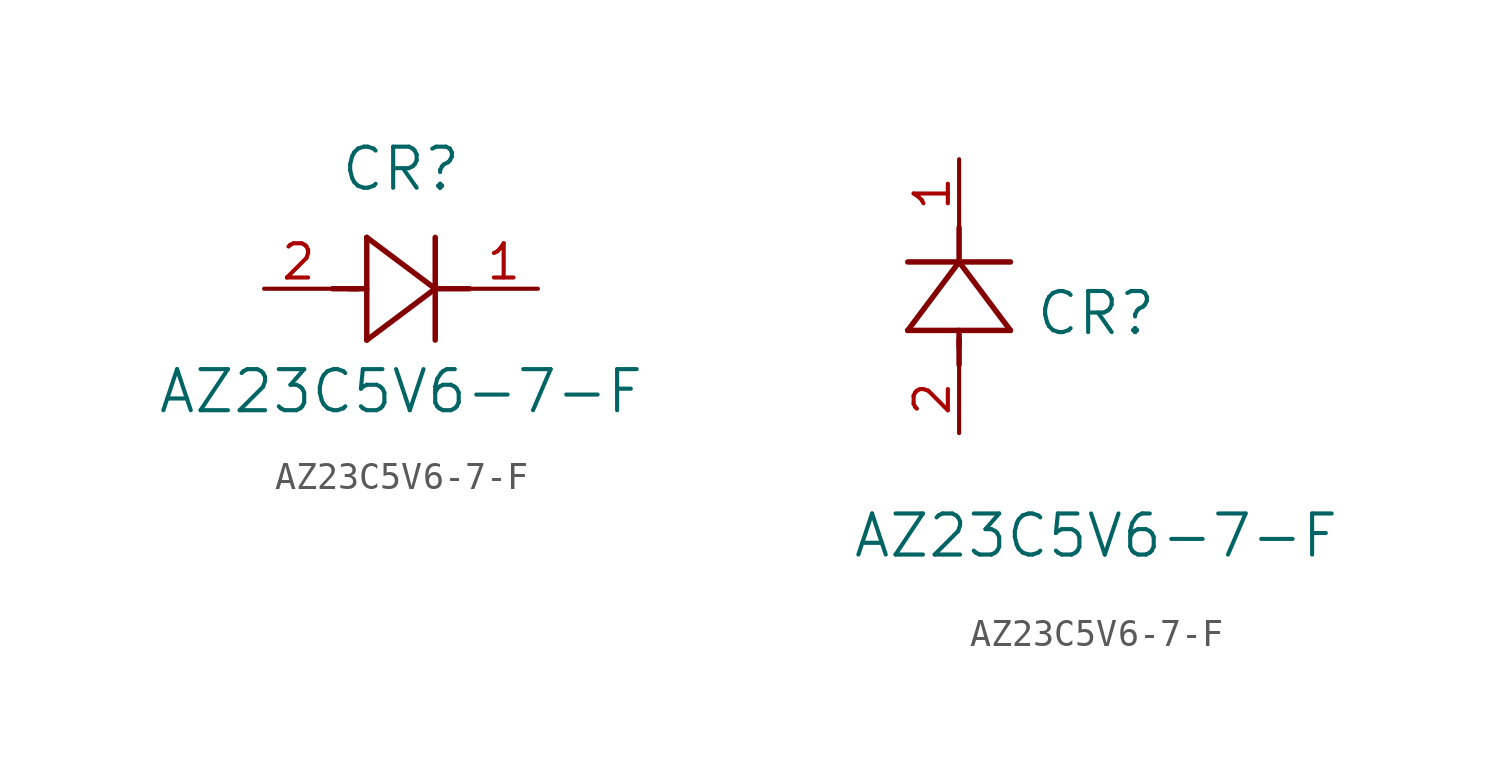
<source format=kicad_sym>
(kicad_symbol_lib
  (version 20211014)
  (generator kicad_symbol_editor)
  (symbol "AZ23C5V6-7-F"
    (pin_names
      (offset 0.254))
    (property "Reference" "CR"
      (at 5.08 4.445 0)
      (effects (font (size 1.524 1.524))))
    (property "Value" "AZ23C5V6-7-F"
      (at 5.08 -3.81 0)
      (effects (font (size 1.524 1.524))))
    (symbol "AZ23C5V6-7-F_1_1"
      (polyline (pts (xy 2.54 0) (xy 3.48 0)) (stroke (width 0.203) (type default) (color 0 0 0 0)) (fill (type none)))
      (polyline (pts (xy 3.81 1.905) (xy 3.81 -1.905)) (stroke (width 0.203) (type default) (color 0 0 0 0)) (fill (type none)))
      (polyline (pts (xy 3.175 0) (xy 3.81 0)) (stroke (width 0.203) (type default) (color 0 0 0 0)) (fill (type none)))
      (polyline (pts (xy 6.35 -1.905) (xy 6.35 1.905)) (stroke (width 0.203) (type default) (color 0 0 0 0)) (fill (type none)))
      (polyline (pts (xy 6.35 0) (xy 7.62 0)) (stroke (width 0.203) (type default) (color 0 0 0 0)) (fill (type none)))
      (polyline (pts (xy 6.35 0) (xy 3.81 1.905)) (stroke (width 0.203) (type default) (color 0 0 0 0)) (fill (type none)))
      (polyline (pts (xy 3.81 -1.905) (xy 6.35 0)) (stroke (width 0.203) (type default) (color 0 0 0 0)) (fill (type none)))
      (pin unspecified line (at 0 0 0) (length 2.54) (name "" (effects (font (size 1.27 1.27)))) (number "2" (effects (font (size 1.27 1.27)))))
      (pin unspecified line (at 10.16 0 180) (length 2.54) (name "" (effects (font (size 1.27 1.27)))) (number "1" (effects (font (size 1.27 1.27))))))
    (symbol "AZ23C5V6-7-F_1_2"
      (polyline (pts (xy 0 2.54) (xy 0 3.48)) (stroke (width 0.203) (type default) (color 0 0 0 0)) (fill (type none)))
      (polyline (pts (xy -1.905 3.81) (xy 1.905 3.81)) (stroke (width 0.203) (type default) (color 0 0 0 0)) (fill (type none)))
      (polyline (pts (xy 0 3.175) (xy 0 3.81)) (stroke (width 0.203) (type default) (color 0 0 0 0)) (fill (type none)))
      (polyline (pts (xy 1.905 6.35) (xy -1.905 6.35)) (stroke (width 0.203) (type default) (color 0 0 0 0)) (fill (type none)))
      (polyline (pts (xy 0 6.35) (xy 0 7.62)) (stroke (width 0.203) (type default) (color 0 0 0 0)) (fill (type none)))
      (polyline (pts (xy 0 6.35) (xy -1.905 3.81)) (stroke (width 0.203) (type default) (color 0 0 0 0)) (fill (type none)))
      (polyline (pts (xy 1.905 3.81) (xy 0 6.35)) (stroke (width 0.203) (type default) (color 0 0 0 0)) (fill (type none)))
      (pin unspecified line (at 0 0 90) (length 2.54) (name "" (effects (font (size 1.27 1.27)))) (number "2" (effects (font (size 1.27 1.27)))))
      (pin unspecified line (at 0 10.16 270) (length 2.54) (name "" (effects (font (size 1.27 1.27)))) (number "1" (effects (font (size 1.27 1.27))))))))
</source>
